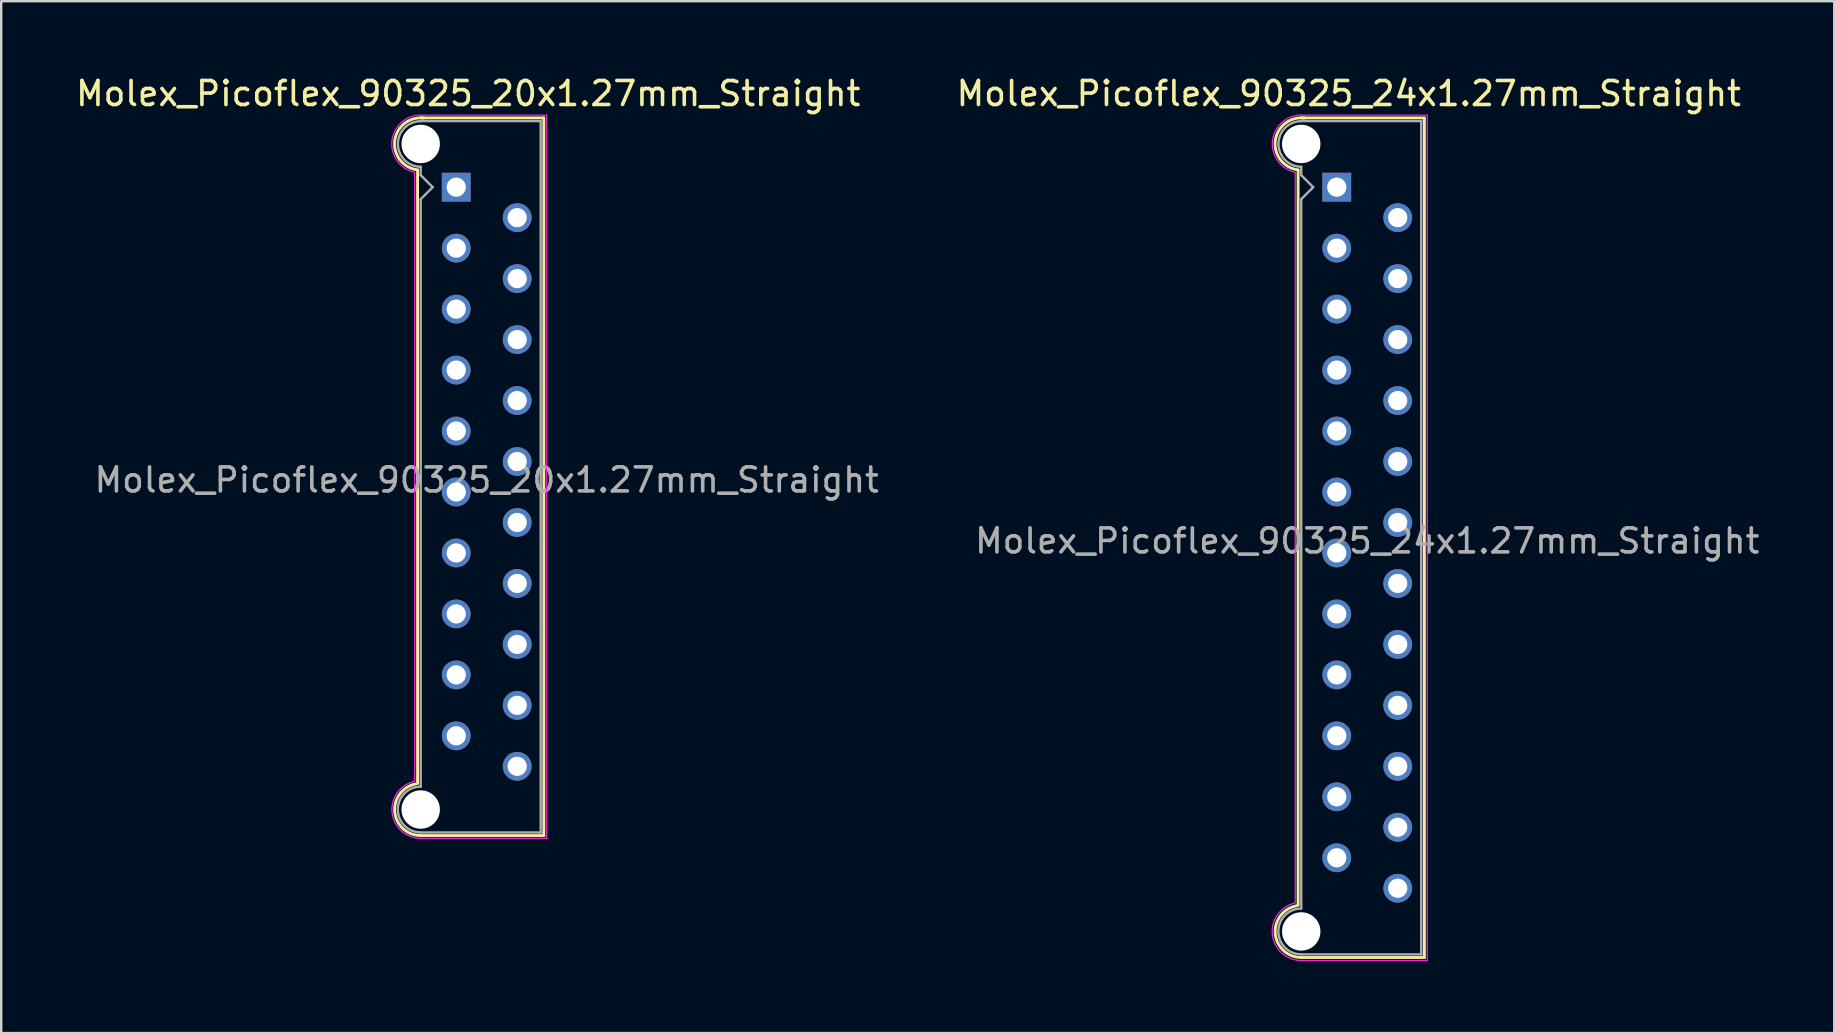
<source format=kicad_pcb>
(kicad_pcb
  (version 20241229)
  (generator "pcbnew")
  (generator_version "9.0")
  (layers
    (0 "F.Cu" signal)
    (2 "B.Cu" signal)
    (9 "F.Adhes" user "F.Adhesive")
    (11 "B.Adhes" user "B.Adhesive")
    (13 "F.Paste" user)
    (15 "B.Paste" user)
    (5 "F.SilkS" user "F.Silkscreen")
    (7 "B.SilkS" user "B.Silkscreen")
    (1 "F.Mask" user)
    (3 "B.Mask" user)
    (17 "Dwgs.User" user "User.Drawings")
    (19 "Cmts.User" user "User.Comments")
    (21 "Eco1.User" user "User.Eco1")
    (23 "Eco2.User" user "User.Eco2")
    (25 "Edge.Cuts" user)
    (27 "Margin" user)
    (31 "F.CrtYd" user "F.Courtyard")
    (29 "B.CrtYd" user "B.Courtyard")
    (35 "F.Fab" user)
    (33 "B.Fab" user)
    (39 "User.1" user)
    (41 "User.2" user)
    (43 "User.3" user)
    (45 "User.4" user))
  (footprint "Molex_Picoflex_90325_24x1.27mm_Straight"
    (layer "F.Cu")
    (at 52.645 4.748)
    (property "Reference" "Molex_Picoflex_90325_24x1.27mm_Straight" (at 0.5 -3.9 0) (layer "F.SilkS") (effects (font (size 1 1) (thickness 0.15))))
    (attr through_hole)
    (fp_line (start -1.61 -0.715) (end -1.61 29.925) (stroke (width 0.12) (type solid)) (layer "F.SilkS"))
    (fp_line (start -1.48 -2.885) (end 3.65 -2.885) (stroke (width 0.12) (type solid)) (layer "F.SilkS"))
    (fp_line (start 3.65 -2.885) (end 3.65 32.095) (stroke (width 0.12) (type solid)) (layer "F.SilkS"))
    (fp_line (start 3.65 32.095) (end -1.48 32.095) (stroke (width 0.12) (type solid)) (layer "F.SilkS"))
    (fp_arc (start -1.61 -0.72) (mid -2.56 -1.93) (end -1.35 -2.88) (stroke (width 0.12) (type solid)) (layer "F.SilkS"))
    (fp_arc (start -1.47 32.095) (mid -2.56 31.114526) (end -1.678256 29.94322) (stroke (width 0.12) (type solid)) (layer "F.SilkS"))
    (fp_line (start -1.73 -0.6) (end -1.73 29.81) (stroke (width 0.05) (type solid)) (layer "F.CrtYd"))
    (fp_line (start -1.48 -3) (end 3.77 -3) (stroke (width 0.05) (type solid)) (layer "F.CrtYd"))
    (fp_line (start 3.77 -3) (end 3.77 32.22) (stroke (width 0.05) (type solid)) (layer "F.CrtYd"))
    (fp_line (start 3.77 32.22) (end -1.48 32.22) (stroke (width 0.05) (type solid)) (layer "F.CrtYd"))
    (fp_arc (start -1.73 -0.62) (mid -2.679668 -1.925287) (end -1.480799 -3.006192) (stroke (width 0.05) (type solid)) (layer "F.CrtYd"))
    (fp_arc (start -1.47 32.22) (mid -2.682326 31.146425) (end -1.741355 29.828521) (stroke (width 0.05) (type solid)) (layer "F.CrtYd"))
    (fp_line (start -1.48 -2.755) (end 3.52 -2.755) (stroke (width 0.1) (type solid)) (layer "F.Fab"))
    (fp_line (start -1.48 -0.845) (end -1.48 -0.5) (stroke (width 0.1) (type solid)) (layer "F.Fab"))
    (fp_line (start -1.48 -0.5) (end -0.98 0) (stroke (width 0.1) (type solid)) (layer "F.Fab"))
    (fp_line (start -1.48 0.5) (end -1.48 30.055) (stroke (width 0.1) (type solid)) (layer "F.Fab"))
    (fp_line (start -0.98 0) (end -1.48 0.5) (stroke (width 0.1) (type solid)) (layer "F.Fab"))
    (fp_line (start 3.52 -2.755) (end 3.52 31.965) (stroke (width 0.1) (type solid)) (layer "F.Fab"))
    (fp_line (start 3.52 31.965) (end -1.48 31.965) (stroke (width 0.1) (type solid)) (layer "F.Fab"))
    (fp_arc (start -1.48 -0.85) (mid -2.43 -1.8) (end -1.48 -2.75) (stroke (width 0.1) (type solid)) (layer "F.Fab"))
    (fp_arc (start -1.48 31.965) (mid -2.435 31.01) (end -1.48 30.055) (stroke (width 0.1) (type solid)) (layer "F.Fab"))
    (fp_text user "${REFERENCE}" (at 1.27 14.74 0) (layer "F.Fab") (effects (font (size 1 1) (thickness 0.15))))
    (pad "" np_thru_hole circle (at -1.48 -1.8) (size 1.6 1.6) (drill 1.6) (layers "*.Cu"))
    (pad "" np_thru_hole circle (at -1.48 31.01) (size 1.6 1.6) (drill 1.6) (layers "*.Cu"))
    (pad "1" thru_hole rect (at 0 0) (size 1.2 1.2) (drill 0.8) (layers "*.Cu" "*.Mask"))
    (pad "2" thru_hole circle (at 2.54 1.27) (size 1.2 1.2) (drill 0.8) (layers "*.Cu" "*.Mask"))
    (pad "3" thru_hole circle (at 0 2.54) (size 1.2 1.2) (drill 0.8) (layers "*.Cu" "*.Mask"))
    (pad "4" thru_hole circle (at 2.54 3.81) (size 1.2 1.2) (drill 0.8) (layers "*.Cu" "*.Mask"))
    (pad "5" thru_hole circle (at 0 5.08) (size 1.2 1.2) (drill 0.8) (layers "*.Cu" "*.Mask"))
    (pad "6" thru_hole circle (at 2.54 6.35) (size 1.2 1.2) (drill 0.8) (layers "*.Cu" "*.Mask"))
    (pad "7" thru_hole circle (at 0 7.62) (size 1.2 1.2) (drill 0.8) (layers "*.Cu" "*.Mask"))
    (pad "8" thru_hole circle (at 2.54 8.89) (size 1.2 1.2) (drill 0.8) (layers "*.Cu" "*.Mask"))
    (pad "9" thru_hole circle (at 0 10.16) (size 1.2 1.2) (drill 0.8) (layers "*.Cu" "*.Mask"))
    (pad "10" thru_hole circle (at 2.54 11.43) (size 1.2 1.2) (drill 0.8) (layers "*.Cu" "*.Mask"))
    (pad "11" thru_hole circle (at 0 12.7) (size 1.2 1.2) (drill 0.8) (layers "*.Cu" "*.Mask"))
    (pad "12" thru_hole circle (at 2.54 13.97) (size 1.2 1.2) (drill 0.8) (layers "*.Cu" "*.Mask"))
    (pad "13" thru_hole circle (at 0 15.24) (size 1.2 1.2) (drill 0.8) (layers "*.Cu" "*.Mask"))
    (pad "14" thru_hole circle (at 2.54 16.51) (size 1.2 1.2) (drill 0.8) (layers "*.Cu" "*.Mask"))
    (pad "15" thru_hole circle (at 0 17.78) (size 1.2 1.2) (drill 0.8) (layers "*.Cu" "*.Mask"))
    (pad "16" thru_hole circle (at 2.54 19.05) (size 1.2 1.2) (drill 0.8) (layers "*.Cu" "*.Mask"))
    (pad "17" thru_hole circle (at 0 20.32) (size 1.2 1.2) (drill 0.8) (layers "*.Cu" "*.Mask"))
    (pad "18" thru_hole circle (at 2.54 21.59) (size 1.2 1.2) (drill 0.8) (layers "*.Cu" "*.Mask"))
    (pad "19" thru_hole circle (at 0 22.86) (size 1.2 1.2) (drill 0.8) (layers "*.Cu" "*.Mask"))
    (pad "20" thru_hole circle (at 2.54 24.13) (size 1.2 1.2) (drill 0.8) (layers "*.Cu" "*.Mask"))
    (pad "21" thru_hole circle (at 0 25.4) (size 1.2 1.2) (drill 0.8) (layers "*.Cu" "*.Mask"))
    (pad "22" thru_hole circle (at 2.54 26.67) (size 1.2 1.2) (drill 0.8) (layers "*.Cu" "*.Mask"))
    (pad "23" thru_hole circle (at 0 27.94) (size 1.2 1.2) (drill 0.8) (layers "*.Cu" "*.Mask"))
    (pad "24" thru_hole circle (at 2.54 29.21) (size 1.2 1.2) (drill 0.8) (layers "*.Cu" "*.Mask")))
  (footprint "Molex_Picoflex_90325_20x1.27mm_Straight"
    (layer "F.Cu")
    (at 15.958 4.748)
    (property "Reference" "Molex_Picoflex_90325_20x1.27mm_Straight" (at 0.5 -3.9 0) (layer "F.SilkS") (effects (font (size 1 1) (thickness 0.15))))
    (attr through_hole)
    (fp_line (start -1.61 -0.715) (end -1.61 24.845) (stroke (width 0.12) (type solid)) (layer "F.SilkS"))
    (fp_line (start -1.48 -2.885) (end 3.65 -2.885) (stroke (width 0.12) (type solid)) (layer "F.SilkS"))
    (fp_line (start 3.65 -2.885) (end 3.65 27.015) (stroke (width 0.12) (type solid)) (layer "F.SilkS"))
    (fp_line (start 3.65 27.015) (end -1.48 27.015) (stroke (width 0.12) (type solid)) (layer "F.SilkS"))
    (fp_arc (start -1.61 -0.72) (mid -2.56 -1.93) (end -1.35 -2.88) (stroke (width 0.12) (type solid)) (layer "F.SilkS"))
    (fp_arc (start -1.47 27.015) (mid -2.56 26.034526) (end -1.678256 24.86322) (stroke (width 0.12) (type solid)) (layer "F.SilkS"))
    (fp_line (start -1.73 -0.6) (end -1.73 24.73) (stroke (width 0.05) (type solid)) (layer "F.CrtYd"))
    (fp_line (start -1.48 -3) (end 3.77 -3) (stroke (width 0.05) (type solid)) (layer "F.CrtYd"))
    (fp_line (start 3.77 -3) (end 3.77 27.13) (stroke (width 0.05) (type solid)) (layer "F.CrtYd"))
    (fp_line (start 3.77 27.13) (end -1.48 27.13) (stroke (width 0.05) (type solid)) (layer "F.CrtYd"))
    (fp_arc (start -1.73 -0.62) (mid -2.679668 -1.925287) (end -1.480799 -3.006192) (stroke (width 0.05) (type solid)) (layer "F.CrtYd"))
    (fp_arc (start -1.47 27.13) (mid -2.672381 26.06538) (end -1.739276 24.758302) (stroke (width 0.05) (type solid)) (layer "F.CrtYd"))
    (fp_line (start -1.48 -2.755) (end 3.52 -2.755) (stroke (width 0.1) (type solid)) (layer "F.Fab"))
    (fp_line (start -1.48 -0.845) (end -1.48 -0.5) (stroke (width 0.1) (type solid)) (layer "F.Fab"))
    (fp_line (start -1.48 -0.5) (end -0.98 0) (stroke (width 0.1) (type solid)) (layer "F.Fab"))
    (fp_line (start -1.48 0.5) (end -1.48 24.975) (stroke (width 0.1) (type solid)) (layer "F.Fab"))
    (fp_line (start -0.98 0) (end -1.48 0.5) (stroke (width 0.1) (type solid)) (layer "F.Fab"))
    (fp_line (start 3.52 -2.755) (end 3.52 26.885) (stroke (width 0.1) (type solid)) (layer "F.Fab"))
    (fp_line (start 3.52 26.885) (end -1.48 26.885) (stroke (width 0.1) (type solid)) (layer "F.Fab"))
    (fp_arc (start -1.48 -0.85) (mid -2.43 -1.8) (end -1.48 -2.75) (stroke (width 0.1) (type solid)) (layer "F.Fab"))
    (fp_arc (start -1.48 26.885) (mid -2.435 25.93) (end -1.48 24.975) (stroke (width 0.1) (type solid)) (layer "F.Fab"))
    (fp_text user "${REFERENCE}" (at 1.27 12.2 0) (layer "F.Fab") (effects (font (size 1 1) (thickness 0.15))))
    (pad "" np_thru_hole circle (at -1.48 -1.8) (size 1.6 1.6) (drill 1.6) (layers "*.Cu"))
    (pad "" np_thru_hole circle (at -1.48 25.93) (size 1.6 1.6) (drill 1.6) (layers "*.Cu"))
    (pad "1" thru_hole rect (at 0 0) (size 1.2 1.2) (drill 0.8) (layers "*.Cu" "*.Mask"))
    (pad "2" thru_hole circle (at 2.54 1.27) (size 1.2 1.2) (drill 0.8) (layers "*.Cu" "*.Mask"))
    (pad "3" thru_hole circle (at 0 2.54) (size 1.2 1.2) (drill 0.8) (layers "*.Cu" "*.Mask"))
    (pad "4" thru_hole circle (at 2.54 3.81) (size 1.2 1.2) (drill 0.8) (layers "*.Cu" "*.Mask"))
    (pad "5" thru_hole circle (at 0 5.08) (size 1.2 1.2) (drill 0.8) (layers "*.Cu" "*.Mask"))
    (pad "6" thru_hole circle (at 2.54 6.35) (size 1.2 1.2) (drill 0.8) (layers "*.Cu" "*.Mask"))
    (pad "7" thru_hole circle (at 0 7.62) (size 1.2 1.2) (drill 0.8) (layers "*.Cu" "*.Mask"))
    (pad "8" thru_hole circle (at 2.54 8.89) (size 1.2 1.2) (drill 0.8) (layers "*.Cu" "*.Mask"))
    (pad "9" thru_hole circle (at 0 10.16) (size 1.2 1.2) (drill 0.8) (layers "*.Cu" "*.Mask"))
    (pad "10" thru_hole circle (at 2.54 11.43) (size 1.2 1.2) (drill 0.8) (layers "*.Cu" "*.Mask"))
    (pad "11" thru_hole circle (at 0 12.7) (size 1.2 1.2) (drill 0.8) (layers "*.Cu" "*.Mask"))
    (pad "12" thru_hole circle (at 2.54 13.97) (size 1.2 1.2) (drill 0.8) (layers "*.Cu" "*.Mask"))
    (pad "13" thru_hole circle (at 0 15.24) (size 1.2 1.2) (drill 0.8) (layers "*.Cu" "*.Mask"))
    (pad "14" thru_hole circle (at 2.54 16.51) (size 1.2 1.2) (drill 0.8) (layers "*.Cu" "*.Mask"))
    (pad "15" thru_hole circle (at 0 17.78) (size 1.2 1.2) (drill 0.8) (layers "*.Cu" "*.Mask"))
    (pad "16" thru_hole circle (at 2.54 19.05) (size 1.2 1.2) (drill 0.8) (layers "*.Cu" "*.Mask"))
    (pad "17" thru_hole circle (at 0 20.32) (size 1.2 1.2) (drill 0.8) (layers "*.Cu" "*.Mask"))
    (pad "18" thru_hole circle (at 2.54 21.59) (size 1.2 1.2) (drill 0.8) (layers "*.Cu" "*.Mask"))
    (pad "19" thru_hole circle (at 0 22.86) (size 1.2 1.2) (drill 0.8) (layers "*.Cu" "*.Mask"))
    (pad "20" thru_hole circle (at 2.54 24.13) (size 1.2 1.2) (drill 0.8) (layers "*.Cu" "*.Mask")))
  (gr_rect
    (start -3 -3)
    (end 73.373 39.993)
    (stroke (width 0.1) (type default))
    (fill no)
    (layer "Edge.Cuts")))
</source>
